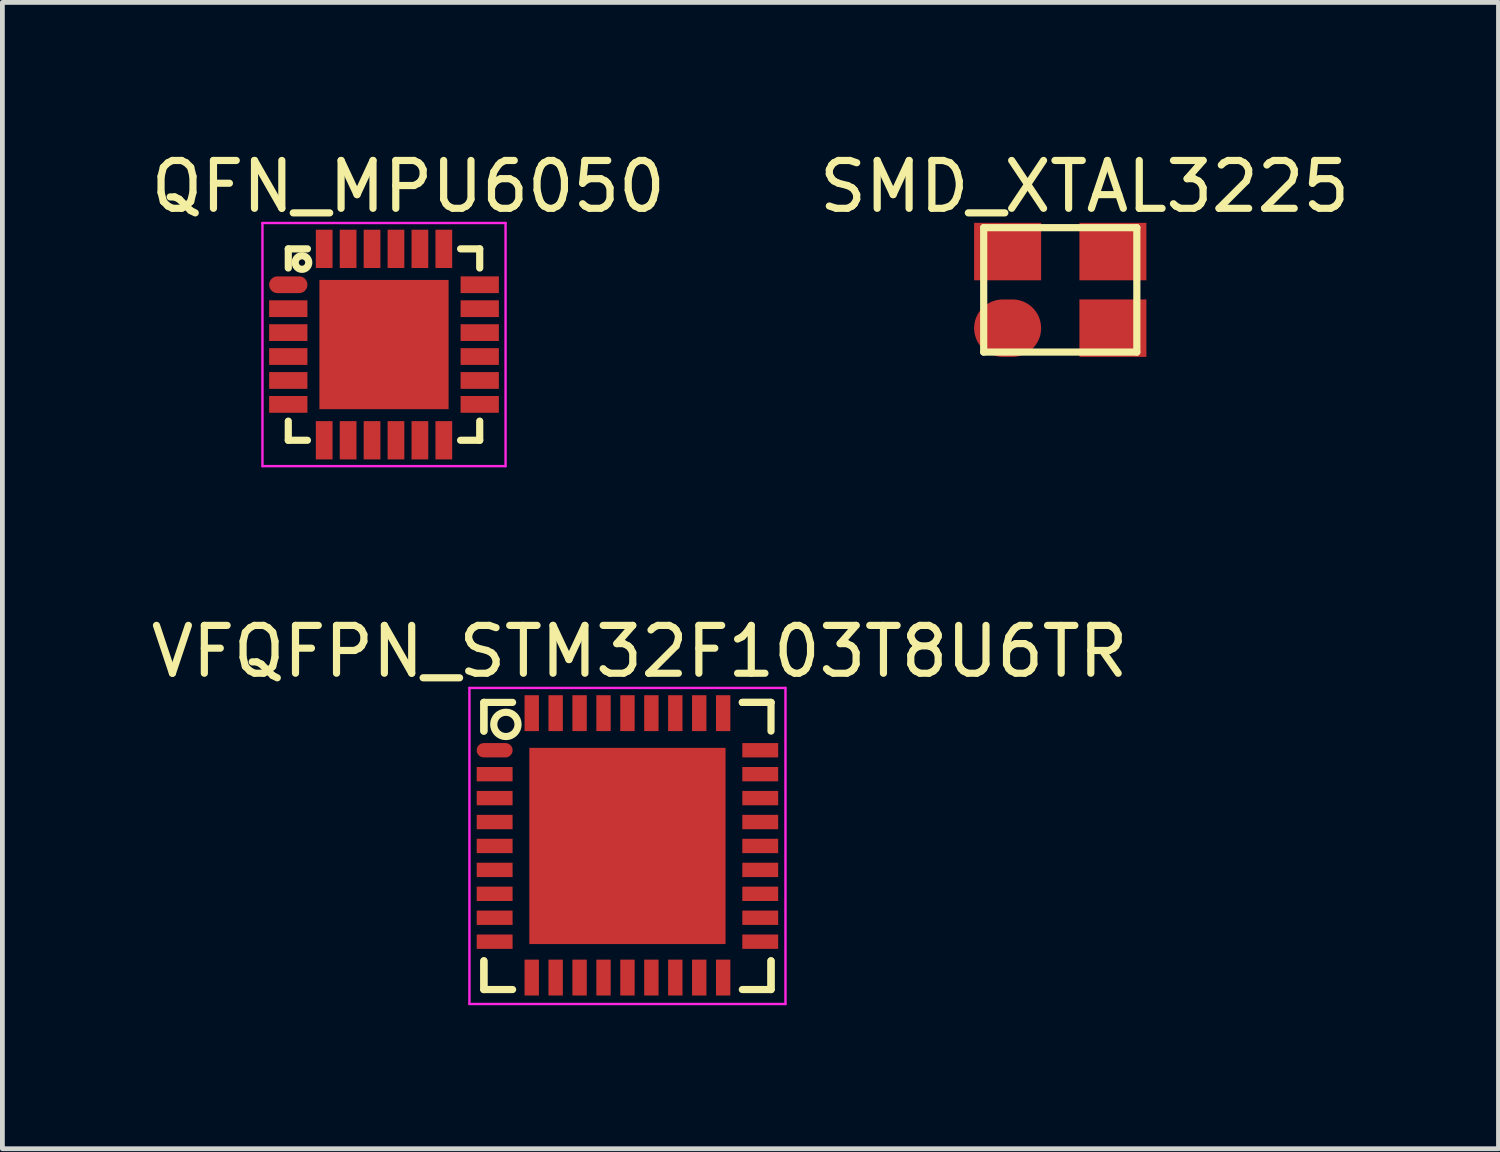
<source format=kicad_pcb>
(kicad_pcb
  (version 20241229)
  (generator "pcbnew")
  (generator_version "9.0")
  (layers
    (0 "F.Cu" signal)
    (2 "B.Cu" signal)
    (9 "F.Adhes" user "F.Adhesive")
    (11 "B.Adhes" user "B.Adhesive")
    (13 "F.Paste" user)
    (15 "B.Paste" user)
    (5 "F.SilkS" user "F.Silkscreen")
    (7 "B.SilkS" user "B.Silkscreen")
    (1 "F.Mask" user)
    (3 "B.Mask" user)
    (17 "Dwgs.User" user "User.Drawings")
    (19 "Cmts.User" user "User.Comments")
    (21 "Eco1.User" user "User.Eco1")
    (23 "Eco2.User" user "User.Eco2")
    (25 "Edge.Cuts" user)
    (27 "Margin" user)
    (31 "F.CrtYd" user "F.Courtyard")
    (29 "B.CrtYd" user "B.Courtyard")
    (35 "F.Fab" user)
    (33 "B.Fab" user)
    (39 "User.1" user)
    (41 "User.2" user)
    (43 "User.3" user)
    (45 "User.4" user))
  (footprint "VFQFPN_STM32F103T8U6TR"
    (layer "F.Cu")
    (at 10.061 14.627)
    (property "Reference" "VFQFPN_STM32F103T8U6TR" (at 0.254 -4.064 0) (layer "F.SilkS") (effects (font (size 1 1) (thickness 0.15))))
    (attr through_hole)
    (fp_line (start -3 -3) (end -3 -2.4) (stroke (width 0.15) (type solid)) (layer "F.SilkS"))
    (fp_line (start -3 -3) (end -2.4 -3) (stroke (width 0.15) (type solid)) (layer "F.SilkS"))
    (fp_line (start -3 -2.4) (end -3 -3) (stroke (width 0.15) (type solid)) (layer "F.SilkS"))
    (fp_line (start -3 2.4) (end -3 3) (stroke (width 0.15) (type solid)) (layer "F.SilkS"))
    (fp_line (start -3 3) (end -3 2.4) (stroke (width 0.15) (type solid)) (layer "F.SilkS"))
    (fp_line (start -3 3) (end -2.4 3) (stroke (width 0.15) (type solid)) (layer "F.SilkS"))
    (fp_line (start 2.4 -3) (end 3 -3) (stroke (width 0.15) (type solid)) (layer "F.SilkS"))
    (fp_line (start 3 -3) (end 2.4 -3) (stroke (width 0.15) (type solid)) (layer "F.SilkS"))
    (fp_line (start 3 -3) (end 3 -2.4) (stroke (width 0.15) (type solid)) (layer "F.SilkS"))
    (fp_line (start 3 2.4) (end 3 3) (stroke (width 0.15) (type solid)) (layer "F.SilkS"))
    (fp_line (start 3 3) (end 2.4 3) (stroke (width 0.15) (type solid)) (layer "F.SilkS"))
    (fp_line (start 3 3) (end 3 2.4) (stroke (width 0.15) (type solid)) (layer "F.SilkS"))
    (fp_circle (center -2.54 -2.54) (end -2.54 -2.286) (stroke (width 0.15) (type solid)) (fill no) (layer "F.SilkS"))
    (fp_line (start -3.302 -3.302) (end -3.302 3.302) (stroke (width 0.05) (type solid)) (layer "F.CrtYd"))
    (fp_line (start -3.302 3.302) (end 3.302 3.302) (stroke (width 0.05) (type solid)) (layer "F.CrtYd"))
    (fp_line (start 3.302 -3.302) (end -3.302 -3.302) (stroke (width 0.05) (type solid)) (layer "F.CrtYd"))
    (fp_line (start 3.302 3.302) (end 3.302 -3.302) (stroke (width 0.05) (type solid)) (layer "F.CrtYd"))
    (pad "" smd rect (at 0 0) (size 4.1 4.1) (layers "F.Cu" "F.Mask" "F.Paste"))
    (pad "1" smd oval (at -2.775 -2) (size 0.75 0.3) (layers "F.Cu" "F.Mask" "F.Paste"))
    (pad "2" smd rect (at -2.775 -1.5) (size 0.75 0.3) (layers "F.Cu" "F.Mask" "F.Paste"))
    (pad "3" smd rect (at -2.775 -1) (size 0.75 0.3) (layers "F.Cu" "F.Mask" "F.Paste"))
    (pad "4" smd rect (at -2.775 -0.5) (size 0.75 0.3) (layers "F.Cu" "F.Mask" "F.Paste"))
    (pad "5" smd rect (at -2.775 0) (size 0.75 0.3) (layers "F.Cu" "F.Mask" "F.Paste"))
    (pad "6" smd rect (at -2.775 0.5) (size 0.75 0.3) (layers "F.Cu" "F.Mask" "F.Paste"))
    (pad "7" smd rect (at -2.775 1) (size 0.75 0.3) (layers "F.Cu" "F.Mask" "F.Paste"))
    (pad "8" smd rect (at -2.775 1.5) (size 0.75 0.3) (layers "F.Cu" "F.Mask" "F.Paste"))
    (pad "9" smd rect (at -2.775 2) (size 0.75 0.3) (layers "F.Cu" "F.Mask" "F.Paste"))
    (pad "10" smd rect (at -2 2.75) (size 0.3 0.75) (layers "F.Cu" "F.Mask" "F.Paste"))
    (pad "11" smd rect (at -1.5 2.75) (size 0.3 0.75) (layers "F.Cu" "F.Mask" "F.Paste"))
    (pad "12" smd rect (at -1 2.75) (size 0.3 0.75) (layers "F.Cu" "F.Mask" "F.Paste"))
    (pad "13" smd rect (at -0.5 2.75) (size 0.3 0.75) (layers "F.Cu" "F.Mask" "F.Paste"))
    (pad "14" smd rect (at 0 2.75) (size 0.3 0.75) (layers "F.Cu" "F.Mask" "F.Paste"))
    (pad "15" smd rect (at 0.5 2.75) (size 0.3 0.75) (layers "F.Cu" "F.Mask" "F.Paste"))
    (pad "16" smd rect (at 1 2.75) (size 0.3 0.75) (layers "F.Cu" "F.Mask" "F.Paste"))
    (pad "17" smd rect (at 1.5 2.75) (size 0.3 0.75) (layers "F.Cu" "F.Mask" "F.Paste"))
    (pad "18" smd rect (at 2 2.75) (size 0.3 0.75) (layers "F.Cu" "F.Mask" "F.Paste"))
    (pad "19" smd rect (at 2.775 2) (size 0.75 0.3) (layers "F.Cu" "F.Mask" "F.Paste"))
    (pad "20" smd rect (at 2.775 1.5) (size 0.75 0.3) (layers "F.Cu" "F.Mask" "F.Paste"))
    (pad "21" smd rect (at 2.775 1) (size 0.75 0.3) (layers "F.Cu" "F.Mask" "F.Paste"))
    (pad "22" smd rect (at 2.775 0.5) (size 0.75 0.3) (layers "F.Cu" "F.Mask" "F.Paste"))
    (pad "23" smd rect (at 2.775 0) (size 0.75 0.3) (layers "F.Cu" "F.Mask" "F.Paste"))
    (pad "24" smd rect (at 2.775 -0.5) (size 0.75 0.3) (layers "F.Cu" "F.Mask" "F.Paste"))
    (pad "25" smd rect (at 2.775 -1) (size 0.75 0.3) (layers "F.Cu" "F.Mask" "F.Paste"))
    (pad "26" smd rect (at 2.775 -1.5) (size 0.75 0.3) (layers "F.Cu" "F.Mask" "F.Paste"))
    (pad "27" smd rect (at 2.775 -2) (size 0.75 0.3) (layers "F.Cu" "F.Mask" "F.Paste"))
    (pad "28" smd rect (at 2 -2.775) (size 0.3 0.75) (layers "F.Cu" "F.Mask" "F.Paste"))
    (pad "29" smd rect (at 1.5 -2.775) (size 0.3 0.75) (layers "F.Cu" "F.Mask" "F.Paste"))
    (pad "30" smd rect (at 1 -2.775) (size 0.3 0.75) (layers "F.Cu" "F.Mask" "F.Paste"))
    (pad "31" smd rect (at 0.5 -2.775) (size 0.3 0.75) (layers "F.Cu" "F.Mask" "F.Paste"))
    (pad "32" smd rect (at 0 -2.775) (size 0.3 0.75) (layers "F.Cu" "F.Mask" "F.Paste"))
    (pad "33" smd rect (at -0.5 -2.775) (size 0.3 0.75) (layers "F.Cu" "F.Mask" "F.Paste"))
    (pad "34" smd rect (at -1 -2.775) (size 0.3 0.75) (layers "F.Cu" "F.Mask" "F.Paste"))
    (pad "35" smd rect (at -1.5 -2.775) (size 0.3 0.75) (layers "F.Cu" "F.Mask" "F.Paste"))
    (pad "36" smd rect (at -2 -2.775) (size 0.3 0.75) (layers "F.Cu" "F.Mask" "F.Paste")))
  (footprint "QFN_MPU6050"
    (layer "F.Cu")
    (at 4.974 4.15)
    (property "Reference" "QFN_MPU6050" (at 0.508 -3.302 0) (layer "F.SilkS") (effects (font (size 1 1) (thickness 0.15))))
    (attr through_hole)
    (fp_line (start -2 -2) (end -1.6 -2) (stroke (width 0.15) (type solid)) (layer "F.SilkS"))
    (fp_line (start -2 -1.6) (end -2 -2) (stroke (width 0.15) (type solid)) (layer "F.SilkS"))
    (fp_line (start -2 2) (end -2 1.6) (stroke (width 0.15) (type solid)) (layer "F.SilkS"))
    (fp_line (start -1.6 2) (end -2 2) (stroke (width 0.15) (type solid)) (layer "F.SilkS"))
    (fp_line (start 1.6 -2) (end 2 -2) (stroke (width 0.15) (type solid)) (layer "F.SilkS"))
    (fp_line (start 1.6 2) (end 2 2) (stroke (width 0.15) (type solid)) (layer "F.SilkS"))
    (fp_line (start 2 -2) (end 2 -1.6) (stroke (width 0.15) (type solid)) (layer "F.SilkS"))
    (fp_line (start 2 2) (end 2 1.6) (stroke (width 0.15) (type solid)) (layer "F.SilkS"))
    (fp_circle (center -1.714 -1.714) (end -1.651 -1.587) (stroke (width 0.15) (type solid)) (fill no) (layer "F.SilkS"))
    (fp_line (start -2.54 -2.54) (end -2.54 2.54) (stroke (width 0.05) (type solid)) (layer "F.CrtYd"))
    (fp_line (start -2.54 2.54) (end 2.54 2.54) (stroke (width 0.05) (type solid)) (layer "F.CrtYd"))
    (fp_line (start 2.54 -2.54) (end -2.54 -2.54) (stroke (width 0.05) (type solid)) (layer "F.CrtYd"))
    (fp_line (start 2.54 2.54) (end 2.54 -2.54) (stroke (width 0.05) (type solid)) (layer "F.CrtYd"))
    (pad "" smd rect (at 0 0) (size 2.7 2.7) (layers "F.Cu" "F.Mask" "F.Paste"))
    (pad "1" smd oval (at -2 -1.25) (size 0.8 0.35) (layers "F.Cu" "F.Mask" "F.Paste"))
    (pad "2" smd rect (at -2 -0.75) (size 0.8 0.35) (layers "F.Cu" "F.Mask" "F.Paste"))
    (pad "3" smd rect (at -2 -0.25) (size 0.8 0.35) (layers "F.Cu" "F.Mask" "F.Paste"))
    (pad "4" smd rect (at -2 0.25) (size 0.8 0.35) (layers "F.Cu" "F.Mask" "F.Paste"))
    (pad "5" smd rect (at -2 0.75) (size 0.8 0.35) (layers "F.Cu" "F.Mask" "F.Paste"))
    (pad "6" smd rect (at -2 1.25) (size 0.8 0.35) (layers "F.Cu" "F.Mask" "F.Paste"))
    (pad "7" smd rect (at -1.25 2) (size 0.35 0.8) (layers "F.Cu" "F.Mask" "F.Paste"))
    (pad "8" smd rect (at -0.75 2) (size 0.35 0.8) (layers "F.Cu" "F.Mask" "F.Paste"))
    (pad "9" smd rect (at -0.25 2) (size 0.35 0.8) (layers "F.Cu" "F.Mask" "F.Paste"))
    (pad "10" smd rect (at 0.25 2) (size 0.35 0.8) (layers "F.Cu" "F.Mask" "F.Paste"))
    (pad "11" smd rect (at 0.75 2) (size 0.35 0.8) (layers "F.Cu" "F.Mask" "F.Paste"))
    (pad "12" smd rect (at 1.25 2) (size 0.35 0.8) (layers "F.Cu" "F.Mask" "F.Paste"))
    (pad "13" smd rect (at 2 1.25) (size 0.8 0.35) (layers "F.Cu" "F.Mask" "F.Paste"))
    (pad "14" smd rect (at 2 0.75) (size 0.8 0.35) (layers "F.Cu" "F.Mask" "F.Paste"))
    (pad "15" smd rect (at 2 0.25) (size 0.8 0.35) (layers "F.Cu" "F.Mask" "F.Paste"))
    (pad "16" smd rect (at 2 -0.25) (size 0.8 0.35) (layers "F.Cu" "F.Mask" "F.Paste"))
    (pad "17" smd rect (at 2 -0.75) (size 0.8 0.35) (layers "F.Cu" "F.Mask" "F.Paste"))
    (pad "18" smd rect (at 2 -1.25) (size 0.8 0.35) (layers "F.Cu" "F.Mask" "F.Paste"))
    (pad "19" smd rect (at 1.25 -2) (size 0.35 0.8) (layers "F.Cu" "F.Mask" "F.Paste"))
    (pad "20" smd rect (at 0.75 -2) (size 0.35 0.8) (layers "F.Cu" "F.Mask" "F.Paste"))
    (pad "21" smd rect (at 0.25 -2) (size 0.35 0.8) (layers "F.Cu" "F.Mask" "F.Paste"))
    (pad "22" smd rect (at -0.25 -2) (size 0.35 0.8) (layers "F.Cu" "F.Mask" "F.Paste"))
    (pad "23" smd rect (at -0.75 -2) (size 0.35 0.8) (layers "F.Cu" "F.Mask" "F.Paste"))
    (pad "24" smd rect (at -1.25 -2) (size 0.35 0.8) (layers "F.Cu" "F.Mask" "F.Paste")))
  (footprint "SMD_XTAL3225"
    (layer "F.Cu")
    (at 19.105 3.007)
    (property "Reference" "SMD_XTAL3225" (at 0.508 -2.159 0) (layer "F.SilkS") (effects (font (size 1 1) (thickness 0.15))))
    (attr through_hole)
    (fp_line (start -1.6 -1.3) (end 1.6 -1.3) (stroke (width 0.15) (type solid)) (layer "F.SilkS"))
    (fp_line (start -1.6 1.3) (end -1.6 -1.3) (stroke (width 0.15) (type solid)) (layer "F.SilkS"))
    (fp_line (start 1.6 -1.3) (end 1.6 1.3) (stroke (width 0.15) (type solid)) (layer "F.SilkS"))
    (fp_line (start 1.6 1.3) (end -1.6 1.3) (stroke (width 0.15) (type solid)) (layer "F.SilkS"))
    (pad "1" smd oval (at -1.1 0.8) (size 1.4 1.2) (layers "F.Cu" "F.Mask" "F.Paste"))
    (pad "2" smd rect (at 1.1 0.8) (size 1.4 1.2) (layers "F.Cu" "F.Mask" "F.Paste"))
    (pad "3" smd rect (at 1.1 -0.8) (size 1.4 1.2) (layers "F.Cu" "F.Mask" "F.Paste"))
    (pad "4" smd rect (at -1.1 -0.8) (size 1.4 1.2) (layers "F.Cu" "F.Mask" "F.Paste")))
  (gr_rect
    (start -3 -3)
    (end 28.262 20.954)
    (stroke (width 0.1) (type default))
    (fill no)
    (layer "Edge.Cuts")))
</source>
